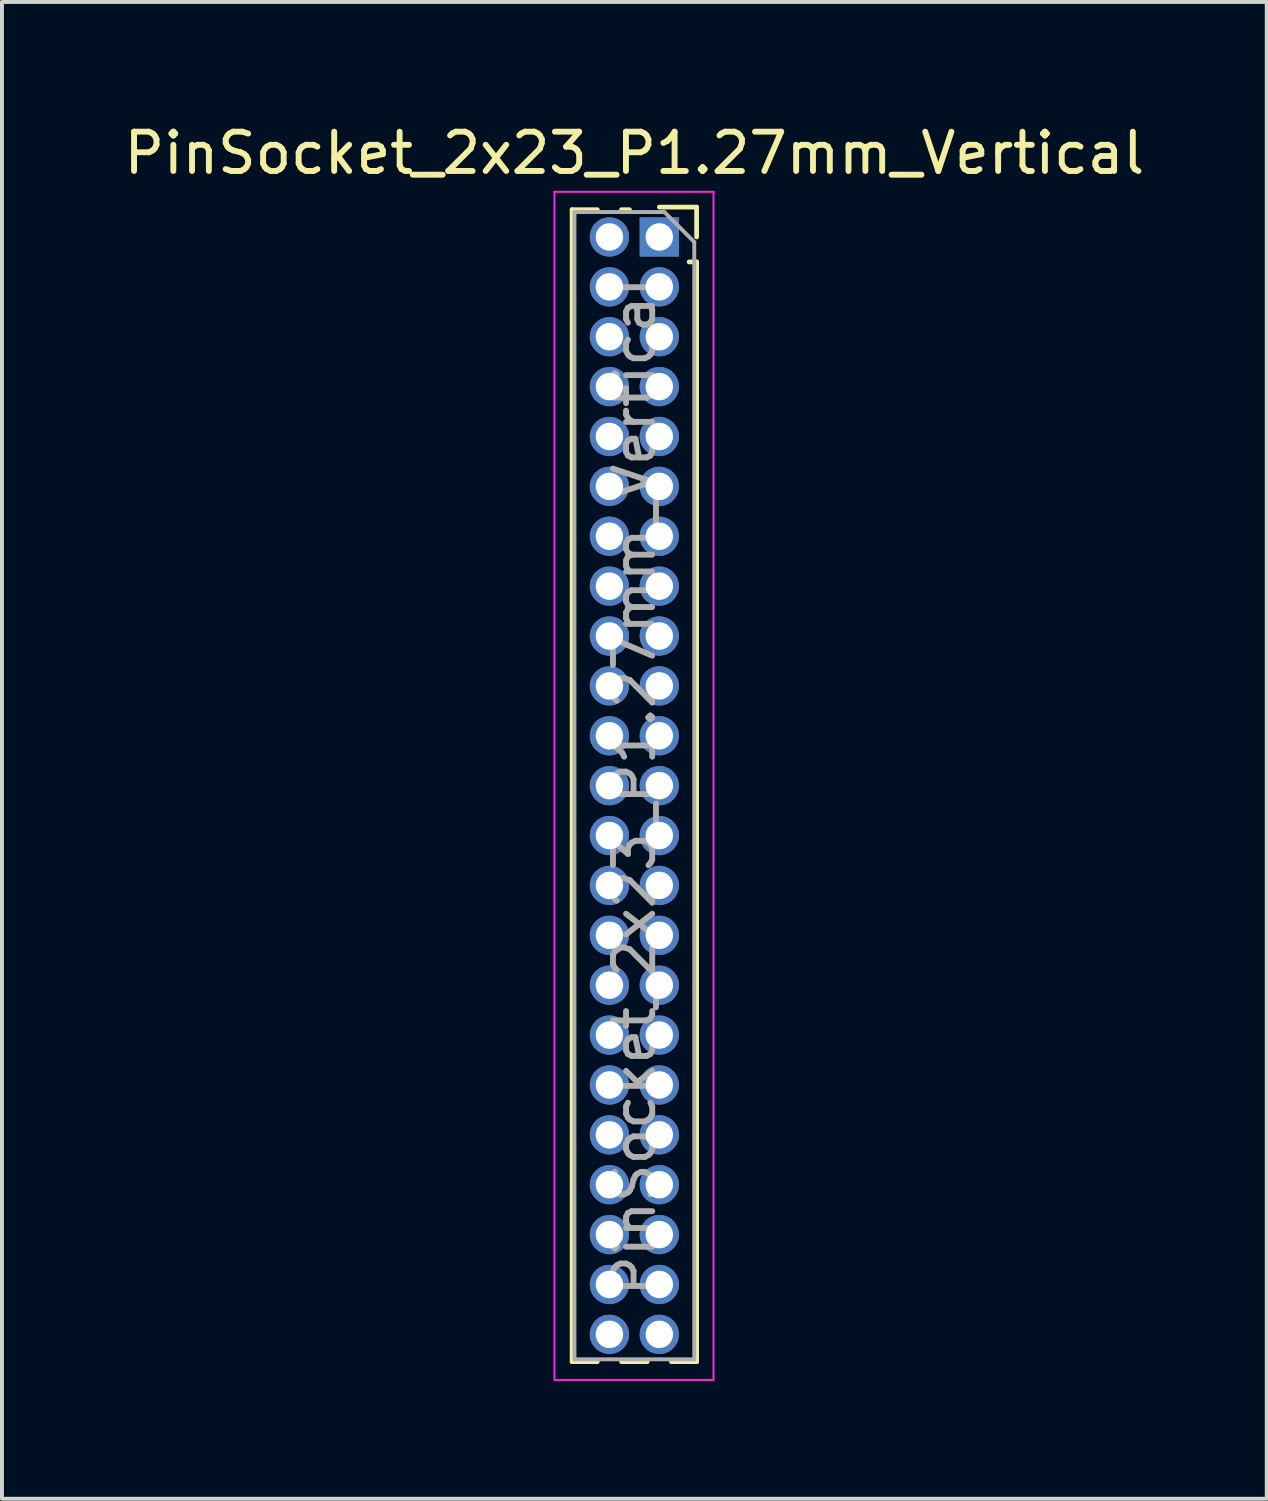
<source format=kicad_pcb>
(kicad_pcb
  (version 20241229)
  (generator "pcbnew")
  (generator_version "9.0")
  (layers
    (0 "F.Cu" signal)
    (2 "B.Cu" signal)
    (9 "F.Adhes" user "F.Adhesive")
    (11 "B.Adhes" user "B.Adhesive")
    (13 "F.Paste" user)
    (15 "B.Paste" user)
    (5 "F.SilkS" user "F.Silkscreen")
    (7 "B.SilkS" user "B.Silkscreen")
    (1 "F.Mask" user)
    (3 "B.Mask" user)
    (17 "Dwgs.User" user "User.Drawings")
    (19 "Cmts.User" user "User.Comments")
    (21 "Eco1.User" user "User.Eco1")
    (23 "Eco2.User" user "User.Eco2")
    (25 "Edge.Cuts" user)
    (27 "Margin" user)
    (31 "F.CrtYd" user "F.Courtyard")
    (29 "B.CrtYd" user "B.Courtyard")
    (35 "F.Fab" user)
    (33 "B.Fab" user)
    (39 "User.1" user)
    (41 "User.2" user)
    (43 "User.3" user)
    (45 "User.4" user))
  (footprint "PinSocket_2x23_P1.27mm_Vertical"
    (layer "F.Cu")
    (at 13.736 2.983)
    (property "Reference" "PinSocket_2x23_P1.27mm_Vertical" (at -0.635 -2.135 0) (layer "F.SilkS") (effects (font (size 1 1) (thickness 0.15))))
    (attr through_hole)
    (fp_line (start -2.22 -0.695) (end -2.22 28.635) (stroke (width 0.12) (type solid)) (layer "F.SilkS"))
    (fp_line (start -2.22 -0.695) (end -1.578 -0.695) (stroke (width 0.12) (type solid)) (layer "F.SilkS"))
    (fp_line (start -2.22 28.635) (end -1.578 28.635) (stroke (width 0.12) (type solid)) (layer "F.SilkS"))
    (fp_line (start -0.962 -0.695) (end -0.76 -0.695) (stroke (width 0.12) (type solid)) (layer "F.SilkS"))
    (fp_line (start -0.962 28.635) (end -0.308 28.635) (stroke (width 0.12) (type solid)) (layer "F.SilkS"))
    (fp_line (start 0 -0.76) (end 0.95 -0.76) (stroke (width 0.12) (type solid)) (layer "F.SilkS"))
    (fp_line (start 0.308 28.635) (end 0.95 28.635) (stroke (width 0.12) (type solid)) (layer "F.SilkS"))
    (fp_line (start 0.76 0.635) (end 0.95 0.635) (stroke (width 0.12) (type solid)) (layer "F.SilkS"))
    (fp_line (start 0.95 -0.76) (end 0.95 0) (stroke (width 0.12) (type solid)) (layer "F.SilkS"))
    (fp_line (start 0.95 0.635) (end 0.95 28.635) (stroke (width 0.12) (type solid)) (layer "F.SilkS"))
    (fp_line (start -2.67 -1.15) (end 1.38 -1.15) (stroke (width 0.05) (type solid)) (layer "F.CrtYd"))
    (fp_line (start -2.67 29.1) (end -2.67 -1.15) (stroke (width 0.05) (type solid)) (layer "F.CrtYd"))
    (fp_line (start 1.38 -1.15) (end 1.38 29.1) (stroke (width 0.05) (type solid)) (layer "F.CrtYd"))
    (fp_line (start 1.38 29.1) (end -2.67 29.1) (stroke (width 0.05) (type solid)) (layer "F.CrtYd"))
    (fp_line (start -2.16 -0.635) (end 0.128 -0.635) (stroke (width 0.1) (type solid)) (layer "F.Fab"))
    (fp_line (start -2.16 28.575) (end -2.16 -0.635) (stroke (width 0.1) (type solid)) (layer "F.Fab"))
    (fp_line (start 0.128 -0.635) (end 0.89 0.128) (stroke (width 0.1) (type solid)) (layer "F.Fab"))
    (fp_line (start 0.89 0.128) (end 0.89 28.575) (stroke (width 0.1) (type solid)) (layer "F.Fab"))
    (fp_line (start 0.89 28.575) (end -2.16 28.575) (stroke (width 0.1) (type solid)) (layer "F.Fab"))
    (fp_text user "${REFERENCE}" (at -0.635 13.97 90) (layer "F.Fab") (effects (font (size 1 1) (thickness 0.15))))
    (pad "1" thru_hole rect (at 0 0) (size 1 1) (drill 0.7) (layers "*.Cu" "*.Mask"))
    (pad "2" thru_hole oval (at -1.27 0) (size 1 1) (drill 0.7) (layers "*.Cu" "*.Mask"))
    (pad "3" thru_hole oval (at 0 1.27) (size 1 1) (drill 0.7) (layers "*.Cu" "*.Mask"))
    (pad "4" thru_hole oval (at -1.27 1.27) (size 1 1) (drill 0.7) (layers "*.Cu" "*.Mask"))
    (pad "5" thru_hole oval (at 0 2.54) (size 1 1) (drill 0.7) (layers "*.Cu" "*.Mask"))
    (pad "6" thru_hole oval (at -1.27 2.54) (size 1 1) (drill 0.7) (layers "*.Cu" "*.Mask"))
    (pad "7" thru_hole oval (at 0 3.81) (size 1 1) (drill 0.7) (layers "*.Cu" "*.Mask"))
    (pad "8" thru_hole oval (at -1.27 3.81) (size 1 1) (drill 0.7) (layers "*.Cu" "*.Mask"))
    (pad "9" thru_hole oval (at 0 5.08) (size 1 1) (drill 0.7) (layers "*.Cu" "*.Mask"))
    (pad "10" thru_hole oval (at -1.27 5.08) (size 1 1) (drill 0.7) (layers "*.Cu" "*.Mask"))
    (pad "11" thru_hole oval (at 0 6.35) (size 1 1) (drill 0.7) (layers "*.Cu" "*.Mask"))
    (pad "12" thru_hole oval (at -1.27 6.35) (size 1 1) (drill 0.7) (layers "*.Cu" "*.Mask"))
    (pad "13" thru_hole oval (at 0 7.62) (size 1 1) (drill 0.7) (layers "*.Cu" "*.Mask"))
    (pad "14" thru_hole oval (at -1.27 7.62) (size 1 1) (drill 0.7) (layers "*.Cu" "*.Mask"))
    (pad "15" thru_hole oval (at 0 8.89) (size 1 1) (drill 0.7) (layers "*.Cu" "*.Mask"))
    (pad "16" thru_hole oval (at -1.27 8.89) (size 1 1) (drill 0.7) (layers "*.Cu" "*.Mask"))
    (pad "17" thru_hole oval (at 0 10.16) (size 1 1) (drill 0.7) (layers "*.Cu" "*.Mask"))
    (pad "18" thru_hole oval (at -1.27 10.16) (size 1 1) (drill 0.7) (layers "*.Cu" "*.Mask"))
    (pad "19" thru_hole oval (at 0 11.43) (size 1 1) (drill 0.7) (layers "*.Cu" "*.Mask"))
    (pad "20" thru_hole oval (at -1.27 11.43) (size 1 1) (drill 0.7) (layers "*.Cu" "*.Mask"))
    (pad "21" thru_hole oval (at 0 12.7) (size 1 1) (drill 0.7) (layers "*.Cu" "*.Mask"))
    (pad "22" thru_hole oval (at -1.27 12.7) (size 1 1) (drill 0.7) (layers "*.Cu" "*.Mask"))
    (pad "23" thru_hole oval (at 0 13.97) (size 1 1) (drill 0.7) (layers "*.Cu" "*.Mask"))
    (pad "24" thru_hole oval (at -1.27 13.97) (size 1 1) (drill 0.7) (layers "*.Cu" "*.Mask"))
    (pad "25" thru_hole oval (at 0 15.24) (size 1 1) (drill 0.7) (layers "*.Cu" "*.Mask"))
    (pad "26" thru_hole oval (at -1.27 15.24) (size 1 1) (drill 0.7) (layers "*.Cu" "*.Mask"))
    (pad "27" thru_hole oval (at 0 16.51) (size 1 1) (drill 0.7) (layers "*.Cu" "*.Mask"))
    (pad "28" thru_hole oval (at -1.27 16.51) (size 1 1) (drill 0.7) (layers "*.Cu" "*.Mask"))
    (pad "29" thru_hole oval (at 0 17.78) (size 1 1) (drill 0.7) (layers "*.Cu" "*.Mask"))
    (pad "30" thru_hole oval (at -1.27 17.78) (size 1 1) (drill 0.7) (layers "*.Cu" "*.Mask"))
    (pad "31" thru_hole oval (at 0 19.05) (size 1 1) (drill 0.7) (layers "*.Cu" "*.Mask"))
    (pad "32" thru_hole oval (at -1.27 19.05) (size 1 1) (drill 0.7) (layers "*.Cu" "*.Mask"))
    (pad "33" thru_hole oval (at 0 20.32) (size 1 1) (drill 0.7) (layers "*.Cu" "*.Mask"))
    (pad "34" thru_hole oval (at -1.27 20.32) (size 1 1) (drill 0.7) (layers "*.Cu" "*.Mask"))
    (pad "35" thru_hole oval (at 0 21.59) (size 1 1) (drill 0.7) (layers "*.Cu" "*.Mask"))
    (pad "36" thru_hole oval (at -1.27 21.59) (size 1 1) (drill 0.7) (layers "*.Cu" "*.Mask"))
    (pad "37" thru_hole oval (at 0 22.86) (size 1 1) (drill 0.7) (layers "*.Cu" "*.Mask"))
    (pad "38" thru_hole oval (at -1.27 22.86) (size 1 1) (drill 0.7) (layers "*.Cu" "*.Mask"))
    (pad "39" thru_hole oval (at 0 24.13) (size 1 1) (drill 0.7) (layers "*.Cu" "*.Mask"))
    (pad "40" thru_hole oval (at -1.27 24.13) (size 1 1) (drill 0.7) (layers "*.Cu" "*.Mask"))
    (pad "41" thru_hole oval (at 0 25.4) (size 1 1) (drill 0.7) (layers "*.Cu" "*.Mask"))
    (pad "42" thru_hole oval (at -1.27 25.4) (size 1 1) (drill 0.7) (layers "*.Cu" "*.Mask"))
    (pad "43" thru_hole oval (at 0 26.67) (size 1 1) (drill 0.7) (layers "*.Cu" "*.Mask"))
    (pad "44" thru_hole oval (at -1.27 26.67) (size 1 1) (drill 0.7) (layers "*.Cu" "*.Mask"))
    (pad "45" thru_hole oval (at 0 27.94) (size 1 1) (drill 0.7) (layers "*.Cu" "*.Mask"))
    (pad "46" thru_hole oval (at -1.27 27.94) (size 1 1) (drill 0.7) (layers "*.Cu" "*.Mask")))
  (gr_rect
    (start -3 -3)
    (end 29.202 35.108)
    (stroke (width 0.1) (type default))
    (fill no)
    (layer "Edge.Cuts")))
</source>
